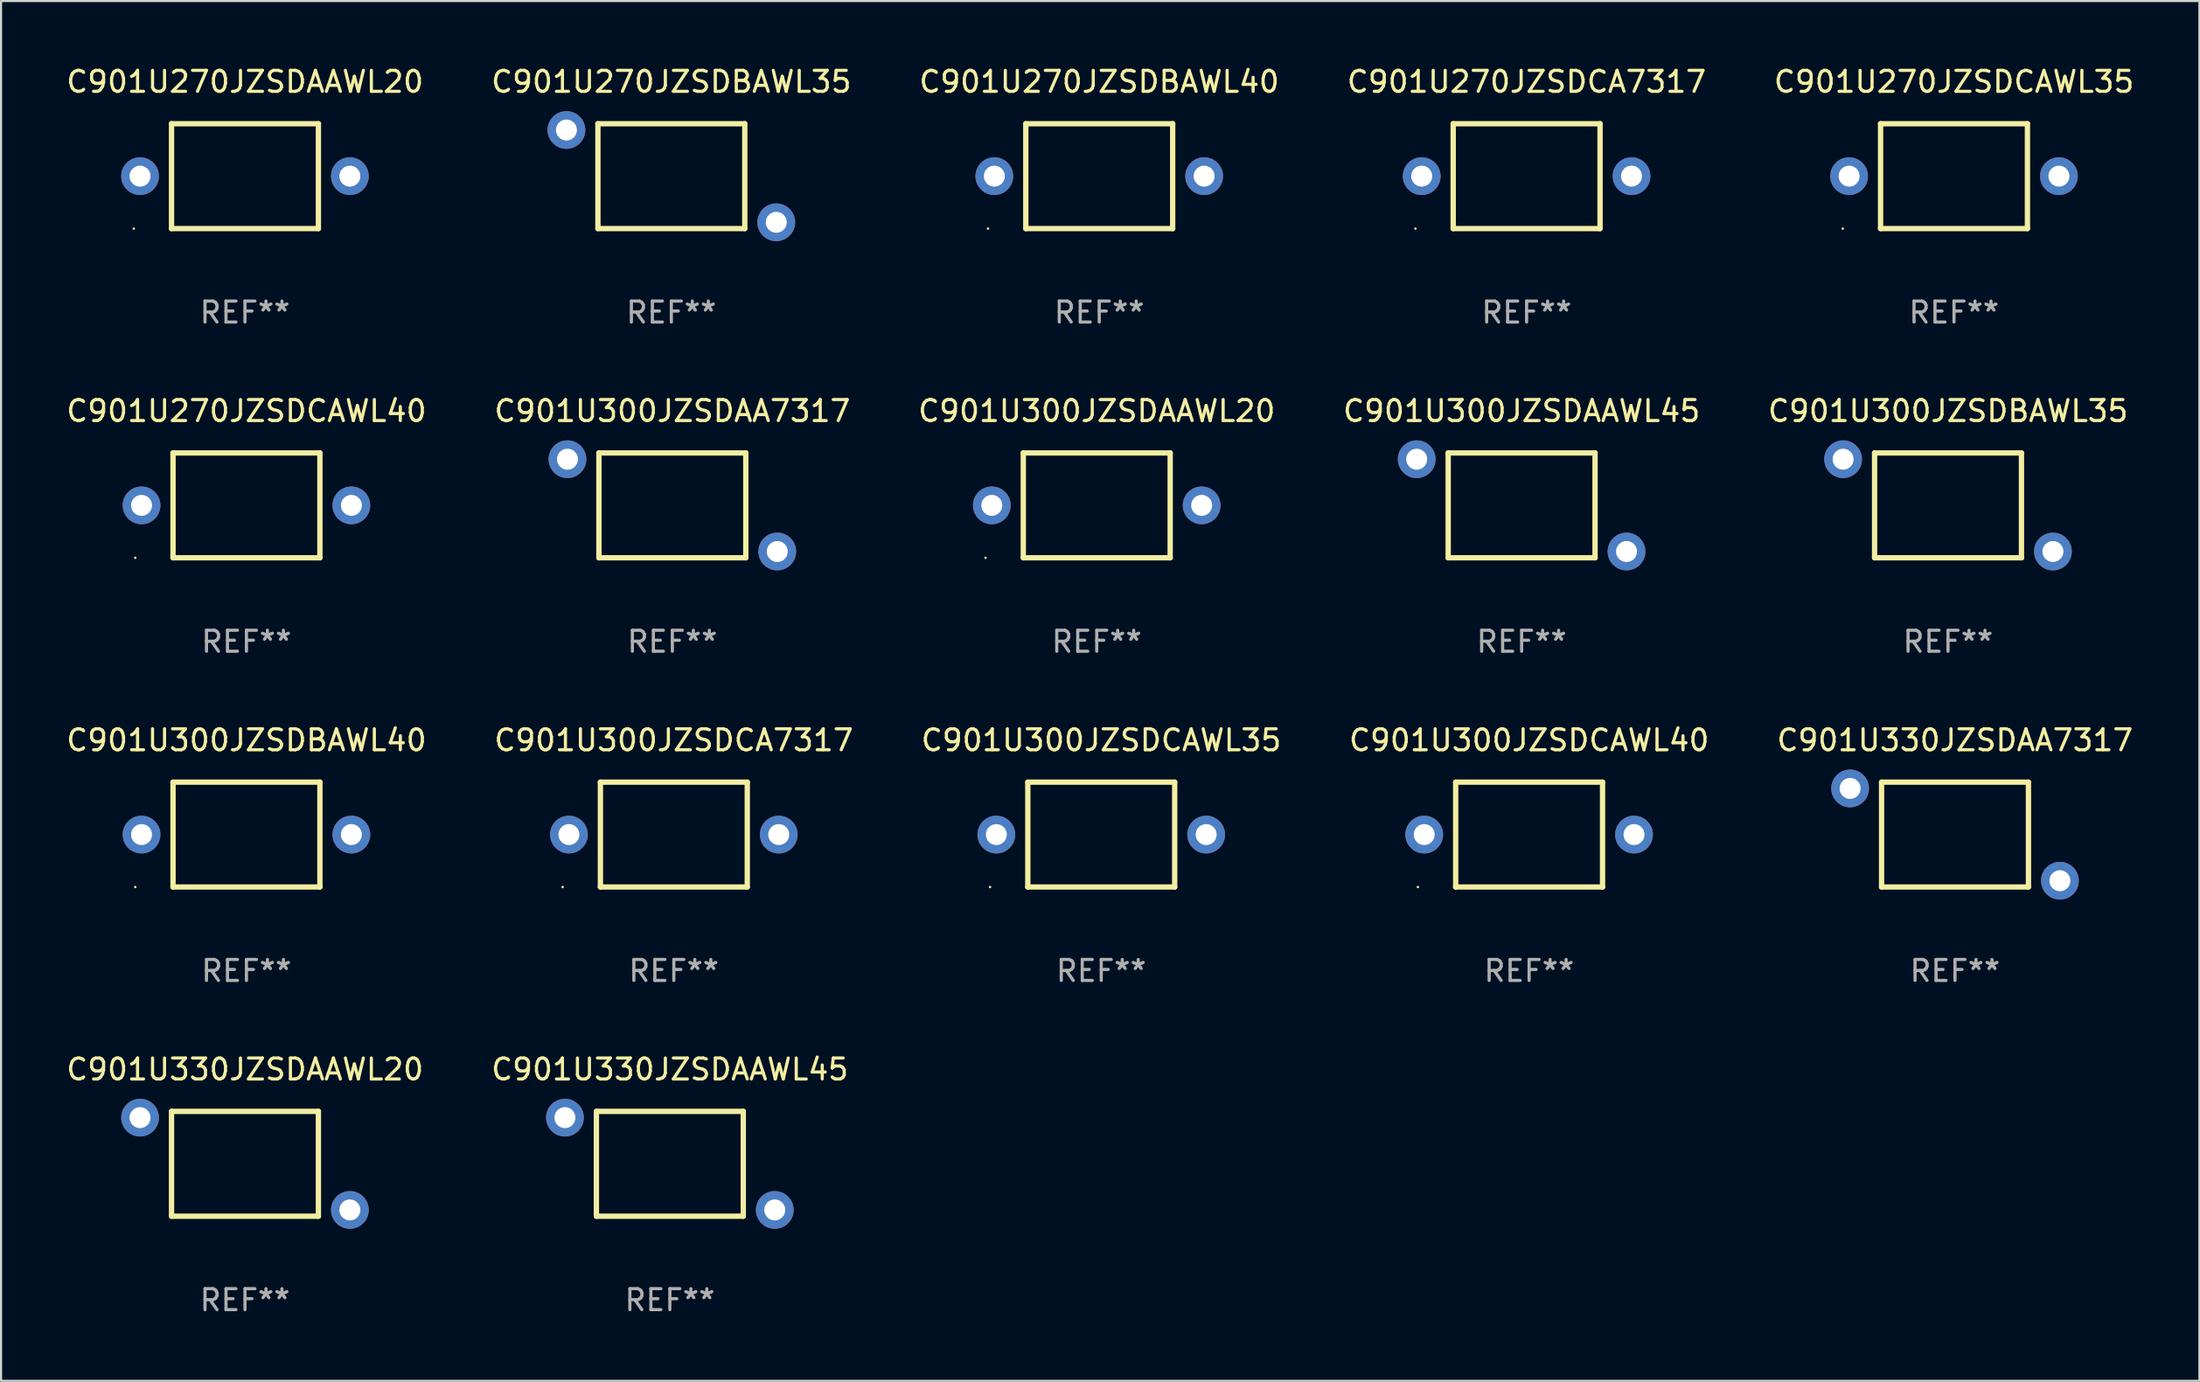
<source format=kicad_pcb>
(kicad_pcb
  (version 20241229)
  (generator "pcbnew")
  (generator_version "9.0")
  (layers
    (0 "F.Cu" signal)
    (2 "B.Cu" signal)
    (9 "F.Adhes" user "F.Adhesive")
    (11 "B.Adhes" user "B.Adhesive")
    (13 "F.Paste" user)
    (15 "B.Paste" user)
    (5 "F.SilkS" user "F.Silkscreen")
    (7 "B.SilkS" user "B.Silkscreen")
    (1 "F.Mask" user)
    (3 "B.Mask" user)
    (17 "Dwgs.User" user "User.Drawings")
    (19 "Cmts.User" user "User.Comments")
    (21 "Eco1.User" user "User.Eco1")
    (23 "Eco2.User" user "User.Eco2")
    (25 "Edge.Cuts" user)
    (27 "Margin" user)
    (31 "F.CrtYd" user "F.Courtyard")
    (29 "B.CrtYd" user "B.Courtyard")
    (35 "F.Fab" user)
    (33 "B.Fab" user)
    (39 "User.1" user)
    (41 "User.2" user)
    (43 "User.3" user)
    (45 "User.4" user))
  (footprint "C901U300JZSDAA7317"
    (layer "F.Cu")
    (at 28.994 21.043)
    (property "Reference" "C901U300JZSDAA7317" (at 0 -4.499 0) (layer "F.SilkS") (effects (font (size 1 1) (thickness 0.15))))
    (attr through_hole)
    (fp_line (start -3.5 -2.499) (end -3.5 2.499) (stroke (width 0.254) (type solid)) (layer "F.SilkS"))
    (fp_line (start -3.5 2.499) (end 3.5 2.499) (stroke (width 0.254) (type solid)) (layer "F.SilkS"))
    (fp_line (start 3.5 -2.499) (end -3.5 -2.499) (stroke (width 0.254) (type solid)) (layer "F.SilkS"))
    (fp_line (start 3.5 2.499) (end 3.5 -2.499) (stroke (width 0.254) (type solid)) (layer "F.SilkS"))
    (fp_circle (center -5.3 -2.502) (end -5.27 -2.502) (stroke (width 0.06) (type solid)) (fill no) (layer "F.SilkS"))
    (fp_text user "REF**" (at 0 6.499 0) (layer "F.Fab") (effects (font (size 1 1) (thickness 0.15))))
    (pad "1" thru_hole circle (at -5 -2.2) (size 1.8 1.8) (drill 1) (layers "*.Cu" "*.Mask"))
    (pad "2" thru_hole circle (at 5 2.2) (size 1.8 1.8) (drill 1) (layers "*.Cu" "*.Mask")))
  (footprint "C901U270JZSDAAWL20"
    (layer "F.Cu")
    (at 8.625 5.348)
    (property "Reference" "C901U270JZSDAAWL20" (at 0 -4.499 0) (layer "F.SilkS") (effects (font (size 1 1) (thickness 0.15))))
    (attr through_hole)
    (fp_line (start -3.5 -2.499) (end 3.5 -2.499) (stroke (width 0.254) (type solid)) (layer "F.SilkS"))
    (fp_line (start -3.5 2.499) (end -3.5 -2.499) (stroke (width 0.254) (type solid)) (layer "F.SilkS"))
    (fp_line (start 3.5 -2.499) (end 3.5 2.499) (stroke (width 0.254) (type solid)) (layer "F.SilkS"))
    (fp_line (start 3.5 2.499) (end -3.5 2.499) (stroke (width 0.254) (type solid)) (layer "F.SilkS"))
    (fp_circle (center -5.3 2.5) (end -5.27 2.5) (stroke (width 0.06) (type solid)) (fill no) (layer "F.SilkS"))
    (fp_text user "REF**" (at 0 6.499 0) (layer "F.Fab") (effects (font (size 1 1) (thickness 0.15))))
    (pad "1" thru_hole circle (at -5 0) (size 1.8 1.8) (drill 1) (layers "*.Cu" "*.Mask"))
    (pad "2" thru_hole circle (at 5 0) (size 1.8 1.8) (drill 1) (layers "*.Cu" "*.Mask")))
  (footprint "C901U270JZSDBAWL35"
    (layer "F.Cu")
    (at 28.946 5.348)
    (property "Reference" "C901U270JZSDBAWL35" (at 0 -4.499 0) (layer "F.SilkS") (effects (font (size 1 1) (thickness 0.15))))
    (attr through_hole)
    (fp_line (start -3.5 -2.499) (end -3.5 2.499) (stroke (width 0.254) (type solid)) (layer "F.SilkS"))
    (fp_line (start -3.5 2.499) (end 3.5 2.499) (stroke (width 0.254) (type solid)) (layer "F.SilkS"))
    (fp_line (start 3.5 -2.499) (end -3.5 -2.499) (stroke (width 0.254) (type solid)) (layer "F.SilkS"))
    (fp_line (start 3.5 2.499) (end 3.5 -2.499) (stroke (width 0.254) (type solid)) (layer "F.SilkS"))
    (fp_circle (center -5.3 -2.502) (end -5.27 -2.502) (stroke (width 0.06) (type solid)) (fill no) (layer "F.SilkS"))
    (fp_text user "REF**" (at 0 6.499 0) (layer "F.Fab") (effects (font (size 1 1) (thickness 0.15))))
    (pad "1" thru_hole circle (at -5 -2.2) (size 1.8 1.8) (drill 1) (layers "*.Cu" "*.Mask"))
    (pad "2" thru_hole circle (at 5 2.2) (size 1.8 1.8) (drill 1) (layers "*.Cu" "*.Mask")))
  (footprint "C901U270JZSDCAWL35"
    (layer "F.Cu")
    (at 90.077 5.348)
    (property "Reference" "C901U270JZSDCAWL35" (at 0 -4.499 0) (layer "F.SilkS") (effects (font (size 1 1) (thickness 0.15))))
    (attr through_hole)
    (fp_line (start -3.5 -2.499) (end 3.5 -2.499) (stroke (width 0.254) (type solid)) (layer "F.SilkS"))
    (fp_line (start -3.5 2.499) (end -3.5 -2.499) (stroke (width 0.254) (type solid)) (layer "F.SilkS"))
    (fp_line (start 3.5 -2.499) (end 3.5 2.499) (stroke (width 0.254) (type solid)) (layer "F.SilkS"))
    (fp_line (start 3.5 2.499) (end -3.5 2.499) (stroke (width 0.254) (type solid)) (layer "F.SilkS"))
    (fp_circle (center -5.3 2.5) (end -5.27 2.5) (stroke (width 0.06) (type solid)) (fill no) (layer "F.SilkS"))
    (fp_text user "REF**" (at 0 6.499 0) (layer "F.Fab") (effects (font (size 1 1) (thickness 0.15))))
    (pad "1" thru_hole circle (at -5 0) (size 1.8 1.8) (drill 1) (layers "*.Cu" "*.Mask"))
    (pad "2" thru_hole circle (at 5 0) (size 1.8 1.8) (drill 1) (layers "*.Cu" "*.Mask")))
  (footprint "C901U330JZSDAAWL45"
    (layer "F.Cu")
    (at 28.875 52.433)
    (property "Reference" "C901U330JZSDAAWL45" (at 0 -4.499 0) (layer "F.SilkS") (effects (font (size 1 1) (thickness 0.15))))
    (attr through_hole)
    (fp_line (start -3.5 -2.499) (end -3.5 2.499) (stroke (width 0.254) (type solid)) (layer "F.SilkS"))
    (fp_line (start -3.5 2.499) (end 3.5 2.499) (stroke (width 0.254) (type solid)) (layer "F.SilkS"))
    (fp_line (start 3.5 -2.499) (end -3.5 -2.499) (stroke (width 0.254) (type solid)) (layer "F.SilkS"))
    (fp_line (start 3.5 2.499) (end 3.5 -2.499) (stroke (width 0.254) (type solid)) (layer "F.SilkS"))
    (fp_circle (center -5.3 -2.502) (end -5.27 -2.502) (stroke (width 0.06) (type solid)) (fill no) (layer "F.SilkS"))
    (fp_text user "REF**" (at 0 6.499 0) (layer "F.Fab") (effects (font (size 1 1) (thickness 0.15))))
    (pad "1" thru_hole circle (at -5 -2.2) (size 1.8 1.8) (drill 1) (layers "*.Cu" "*.Mask"))
    (pad "2" thru_hole circle (at 5 2.2) (size 1.8 1.8) (drill 1) (layers "*.Cu" "*.Mask")))
  (footprint "C901U300JZSDCAWL40"
    (layer "F.Cu")
    (at 69.827 36.738)
    (property "Reference" "C901U300JZSDCAWL40" (at 0 -4.499 0) (layer "F.SilkS") (effects (font (size 1 1) (thickness 0.15))))
    (attr through_hole)
    (fp_line (start -3.5 -2.499) (end 3.5 -2.499) (stroke (width 0.254) (type solid)) (layer "F.SilkS"))
    (fp_line (start -3.5 2.499) (end -3.5 -2.499) (stroke (width 0.254) (type solid)) (layer "F.SilkS"))
    (fp_line (start 3.5 -2.499) (end 3.5 2.499) (stroke (width 0.254) (type solid)) (layer "F.SilkS"))
    (fp_line (start 3.5 2.499) (end -3.5 2.499) (stroke (width 0.254) (type solid)) (layer "F.SilkS"))
    (fp_circle (center -5.3 2.5) (end -5.27 2.5) (stroke (width 0.06) (type solid)) (fill no) (layer "F.SilkS"))
    (fp_text user "REF**" (at 0 6.499 0) (layer "F.Fab") (effects (font (size 1 1) (thickness 0.15))))
    (pad "1" thru_hole circle (at -5 0) (size 1.8 1.8) (drill 1) (layers "*.Cu" "*.Mask"))
    (pad "2" thru_hole circle (at 5 0) (size 1.8 1.8) (drill 1) (layers "*.Cu" "*.Mask")))
  (footprint "C901U270JZSDBAWL40"
    (layer "F.Cu")
    (at 49.339 5.348)
    (property "Reference" "C901U270JZSDBAWL40" (at 0 -4.499 0) (layer "F.SilkS") (effects (font (size 1 1) (thickness 0.15))))
    (attr through_hole)
    (fp_line (start -3.5 -2.499) (end 3.5 -2.499) (stroke (width 0.254) (type solid)) (layer "F.SilkS"))
    (fp_line (start -3.5 2.499) (end -3.5 -2.499) (stroke (width 0.254) (type solid)) (layer "F.SilkS"))
    (fp_line (start 3.5 -2.499) (end 3.5 2.499) (stroke (width 0.254) (type solid)) (layer "F.SilkS"))
    (fp_line (start 3.5 2.499) (end -3.5 2.499) (stroke (width 0.254) (type solid)) (layer "F.SilkS"))
    (fp_circle (center -5.3 2.5) (end -5.27 2.5) (stroke (width 0.06) (type solid)) (fill no) (layer "F.SilkS"))
    (fp_text user "REF**" (at 0 6.499 0) (layer "F.Fab") (effects (font (size 1 1) (thickness 0.15))))
    (pad "1" thru_hole circle (at -5 0) (size 1.8 1.8) (drill 1) (layers "*.Cu" "*.Mask"))
    (pad "2" thru_hole circle (at 5 0) (size 1.8 1.8) (drill 1) (layers "*.Cu" "*.Mask")))
  (footprint "C901U300JZSDAAWL20"
    (layer "F.Cu")
    (at 49.22 21.043)
    (property "Reference" "C901U300JZSDAAWL20" (at 0 -4.499 0) (layer "F.SilkS") (effects (font (size 1 1) (thickness 0.15))))
    (attr through_hole)
    (fp_line (start -3.5 -2.499) (end 3.5 -2.499) (stroke (width 0.254) (type solid)) (layer "F.SilkS"))
    (fp_line (start -3.5 2.499) (end -3.5 -2.499) (stroke (width 0.254) (type solid)) (layer "F.SilkS"))
    (fp_line (start 3.5 -2.499) (end 3.5 2.499) (stroke (width 0.254) (type solid)) (layer "F.SilkS"))
    (fp_line (start 3.5 2.499) (end -3.5 2.499) (stroke (width 0.254) (type solid)) (layer "F.SilkS"))
    (fp_circle (center -5.3 2.5) (end -5.27 2.5) (stroke (width 0.06) (type solid)) (fill no) (layer "F.SilkS"))
    (fp_text user "REF**" (at 0 6.499 0) (layer "F.Fab") (effects (font (size 1 1) (thickness 0.15))))
    (pad "1" thru_hole circle (at -5 0) (size 1.8 1.8) (drill 1) (layers "*.Cu" "*.Mask"))
    (pad "2" thru_hole circle (at 5 0) (size 1.8 1.8) (drill 1) (layers "*.Cu" "*.Mask")))
  (footprint "C901U270JZSDCAWL40"
    (layer "F.Cu")
    (at 8.696 21.043)
    (property "Reference" "C901U270JZSDCAWL40" (at 0 -4.499 0) (layer "F.SilkS") (effects (font (size 1 1) (thickness 0.15))))
    (attr through_hole)
    (fp_line (start -3.5 -2.499) (end 3.5 -2.499) (stroke (width 0.254) (type solid)) (layer "F.SilkS"))
    (fp_line (start -3.5 2.499) (end -3.5 -2.499) (stroke (width 0.254) (type solid)) (layer "F.SilkS"))
    (fp_line (start 3.5 -2.499) (end 3.5 2.499) (stroke (width 0.254) (type solid)) (layer "F.SilkS"))
    (fp_line (start 3.5 2.499) (end -3.5 2.499) (stroke (width 0.254) (type solid)) (layer "F.SilkS"))
    (fp_circle (center -5.3 2.5) (end -5.27 2.5) (stroke (width 0.06) (type solid)) (fill no) (layer "F.SilkS"))
    (fp_text user "REF**" (at 0 6.499 0) (layer "F.Fab") (effects (font (size 1 1) (thickness 0.15))))
    (pad "1" thru_hole circle (at -5 0) (size 1.8 1.8) (drill 1) (layers "*.Cu" "*.Mask"))
    (pad "2" thru_hole circle (at 5 0) (size 1.8 1.8) (drill 1) (layers "*.Cu" "*.Mask")))
  (footprint "C901U300JZSDCA7317"
    (layer "F.Cu")
    (at 29.065 36.738)
    (property "Reference" "C901U300JZSDCA7317" (at 0 -4.499 0) (layer "F.SilkS") (effects (font (size 1 1) (thickness 0.15))))
    (attr through_hole)
    (fp_line (start -3.5 -2.499) (end 3.5 -2.499) (stroke (width 0.254) (type solid)) (layer "F.SilkS"))
    (fp_line (start -3.5 2.499) (end -3.5 -2.499) (stroke (width 0.254) (type solid)) (layer "F.SilkS"))
    (fp_line (start 3.5 -2.499) (end 3.5 2.499) (stroke (width 0.254) (type solid)) (layer "F.SilkS"))
    (fp_line (start 3.5 2.499) (end -3.5 2.499) (stroke (width 0.254) (type solid)) (layer "F.SilkS"))
    (fp_circle (center -5.3 2.5) (end -5.27 2.5) (stroke (width 0.06) (type solid)) (fill no) (layer "F.SilkS"))
    (fp_text user "REF**" (at 0 6.499 0) (layer "F.Fab") (effects (font (size 1 1) (thickness 0.15))))
    (pad "1" thru_hole circle (at -5 0) (size 1.8 1.8) (drill 1) (layers "*.Cu" "*.Mask"))
    (pad "2" thru_hole circle (at 5 0) (size 1.8 1.8) (drill 1) (layers "*.Cu" "*.Mask")))
  (footprint "C901U300JZSDCAWL35"
    (layer "F.Cu")
    (at 49.435 36.738)
    (property "Reference" "C901U300JZSDCAWL35" (at 0 -4.499 0) (layer "F.SilkS") (effects (font (size 1 1) (thickness 0.15))))
    (attr through_hole)
    (fp_line (start -3.5 -2.499) (end 3.5 -2.499) (stroke (width 0.254) (type solid)) (layer "F.SilkS"))
    (fp_line (start -3.5 2.499) (end -3.5 -2.499) (stroke (width 0.254) (type solid)) (layer "F.SilkS"))
    (fp_line (start 3.5 -2.499) (end 3.5 2.499) (stroke (width 0.254) (type solid)) (layer "F.SilkS"))
    (fp_line (start 3.5 2.499) (end -3.5 2.499) (stroke (width 0.254) (type solid)) (layer "F.SilkS"))
    (fp_circle (center -5.3 2.5) (end -5.27 2.5) (stroke (width 0.06) (type solid)) (fill no) (layer "F.SilkS"))
    (fp_text user "REF**" (at 0 6.499 0) (layer "F.Fab") (effects (font (size 1 1) (thickness 0.15))))
    (pad "1" thru_hole circle (at -5 0) (size 1.8 1.8) (drill 1) (layers "*.Cu" "*.Mask"))
    (pad "2" thru_hole circle (at 5 0) (size 1.8 1.8) (drill 1) (layers "*.Cu" "*.Mask")))
  (footprint "C901U270JZSDCA7317"
    (layer "F.Cu")
    (at 69.708 5.348)
    (property "Reference" "C901U270JZSDCA7317" (at 0 -4.499 0) (layer "F.SilkS") (effects (font (size 1 1) (thickness 0.15))))
    (attr through_hole)
    (fp_line (start -3.5 -2.499) (end 3.5 -2.499) (stroke (width 0.254) (type solid)) (layer "F.SilkS"))
    (fp_line (start -3.5 2.499) (end -3.5 -2.499) (stroke (width 0.254) (type solid)) (layer "F.SilkS"))
    (fp_line (start 3.5 -2.499) (end 3.5 2.499) (stroke (width 0.254) (type solid)) (layer "F.SilkS"))
    (fp_line (start 3.5 2.499) (end -3.5 2.499) (stroke (width 0.254) (type solid)) (layer "F.SilkS"))
    (fp_circle (center -5.3 2.5) (end -5.27 2.5) (stroke (width 0.06) (type solid)) (fill no) (layer "F.SilkS"))
    (fp_text user "REF**" (at 0 6.499 0) (layer "F.Fab") (effects (font (size 1 1) (thickness 0.15))))
    (pad "1" thru_hole circle (at -5 0) (size 1.8 1.8) (drill 1) (layers "*.Cu" "*.Mask"))
    (pad "2" thru_hole circle (at 5 0) (size 1.8 1.8) (drill 1) (layers "*.Cu" "*.Mask")))
  (footprint "C901U330JZSDAA7317"
    (layer "F.Cu")
    (at 90.125 36.738)
    (property "Reference" "C901U330JZSDAA7317" (at 0 -4.499 0) (layer "F.SilkS") (effects (font (size 1 1) (thickness 0.15))))
    (attr through_hole)
    (fp_line (start -3.5 -2.499) (end -3.5 2.499) (stroke (width 0.254) (type solid)) (layer "F.SilkS"))
    (fp_line (start -3.5 2.499) (end 3.5 2.499) (stroke (width 0.254) (type solid)) (layer "F.SilkS"))
    (fp_line (start 3.5 -2.499) (end -3.5 -2.499) (stroke (width 0.254) (type solid)) (layer "F.SilkS"))
    (fp_line (start 3.5 2.499) (end 3.5 -2.499) (stroke (width 0.254) (type solid)) (layer "F.SilkS"))
    (fp_circle (center -5.3 -2.502) (end -5.27 -2.502) (stroke (width 0.06) (type solid)) (fill no) (layer "F.SilkS"))
    (fp_text user "REF**" (at 0 6.499 0) (layer "F.Fab") (effects (font (size 1 1) (thickness 0.15))))
    (pad "1" thru_hole circle (at -5 -2.2) (size 1.8 1.8) (drill 1) (layers "*.Cu" "*.Mask"))
    (pad "2" thru_hole circle (at 5 2.2) (size 1.8 1.8) (drill 1) (layers "*.Cu" "*.Mask")))
  (footprint "C901U300JZSDAAWL45"
    (layer "F.Cu")
    (at 69.47 21.043)
    (property "Reference" "C901U300JZSDAAWL45" (at 0 -4.499 0) (layer "F.SilkS") (effects (font (size 1 1) (thickness 0.15))))
    (attr through_hole)
    (fp_line (start -3.5 -2.499) (end -3.5 2.499) (stroke (width 0.254) (type solid)) (layer "F.SilkS"))
    (fp_line (start -3.5 2.499) (end 3.5 2.499) (stroke (width 0.254) (type solid)) (layer "F.SilkS"))
    (fp_line (start 3.5 -2.499) (end -3.5 -2.499) (stroke (width 0.254) (type solid)) (layer "F.SilkS"))
    (fp_line (start 3.5 2.499) (end 3.5 -2.499) (stroke (width 0.254) (type solid)) (layer "F.SilkS"))
    (fp_circle (center -5.3 -2.502) (end -5.27 -2.502) (stroke (width 0.06) (type solid)) (fill no) (layer "F.SilkS"))
    (fp_text user "REF**" (at 0 6.499 0) (layer "F.Fab") (effects (font (size 1 1) (thickness 0.15))))
    (pad "1" thru_hole circle (at -5 -2.2) (size 1.8 1.8) (drill 1) (layers "*.Cu" "*.Mask"))
    (pad "2" thru_hole circle (at 5 2.2) (size 1.8 1.8) (drill 1) (layers "*.Cu" "*.Mask")))
  (footprint "C901U300JZSDBAWL40"
    (layer "F.Cu")
    (at 8.696 36.738)
    (property "Reference" "C901U300JZSDBAWL40" (at 0 -4.499 0) (layer "F.SilkS") (effects (font (size 1 1) (thickness 0.15))))
    (attr through_hole)
    (fp_line (start -3.5 -2.499) (end 3.5 -2.499) (stroke (width 0.254) (type solid)) (layer "F.SilkS"))
    (fp_line (start -3.5 2.499) (end -3.5 -2.499) (stroke (width 0.254) (type solid)) (layer "F.SilkS"))
    (fp_line (start 3.5 -2.499) (end 3.5 2.499) (stroke (width 0.254) (type solid)) (layer "F.SilkS"))
    (fp_line (start 3.5 2.499) (end -3.5 2.499) (stroke (width 0.254) (type solid)) (layer "F.SilkS"))
    (fp_circle (center -5.3 2.5) (end -5.27 2.5) (stroke (width 0.06) (type solid)) (fill no) (layer "F.SilkS"))
    (fp_text user "REF**" (at 0 6.499 0) (layer "F.Fab") (effects (font (size 1 1) (thickness 0.15))))
    (pad "1" thru_hole circle (at -5 0) (size 1.8 1.8) (drill 1) (layers "*.Cu" "*.Mask"))
    (pad "2" thru_hole circle (at 5 0) (size 1.8 1.8) (drill 1) (layers "*.Cu" "*.Mask")))
  (footprint "C901U300JZSDBAWL35"
    (layer "F.Cu")
    (at 89.792 21.043)
    (property "Reference" "C901U300JZSDBAWL35" (at 0 -4.499 0) (layer "F.SilkS") (effects (font (size 1 1) (thickness 0.15))))
    (attr through_hole)
    (fp_line (start -3.5 -2.499) (end -3.5 2.499) (stroke (width 0.254) (type solid)) (layer "F.SilkS"))
    (fp_line (start -3.5 2.499) (end 3.5 2.499) (stroke (width 0.254) (type solid)) (layer "F.SilkS"))
    (fp_line (start 3.5 -2.499) (end -3.5 -2.499) (stroke (width 0.254) (type solid)) (layer "F.SilkS"))
    (fp_line (start 3.5 2.499) (end 3.5 -2.499) (stroke (width 0.254) (type solid)) (layer "F.SilkS"))
    (fp_circle (center -5.3 -2.502) (end -5.27 -2.502) (stroke (width 0.06) (type solid)) (fill no) (layer "F.SilkS"))
    (fp_text user "REF**" (at 0 6.499 0) (layer "F.Fab") (effects (font (size 1 1) (thickness 0.15))))
    (pad "1" thru_hole circle (at -5 -2.2) (size 1.8 1.8) (drill 1) (layers "*.Cu" "*.Mask"))
    (pad "2" thru_hole circle (at 5 2.2) (size 1.8 1.8) (drill 1) (layers "*.Cu" "*.Mask")))
  (footprint "C901U330JZSDAAWL20"
    (layer "F.Cu")
    (at 8.625 52.433)
    (property "Reference" "C901U330JZSDAAWL20" (at 0 -4.499 0) (layer "F.SilkS") (effects (font (size 1 1) (thickness 0.15))))
    (attr through_hole)
    (fp_line (start -3.5 -2.499) (end -3.5 2.499) (stroke (width 0.254) (type solid)) (layer "F.SilkS"))
    (fp_line (start -3.5 2.499) (end 3.5 2.499) (stroke (width 0.254) (type solid)) (layer "F.SilkS"))
    (fp_line (start 3.5 -2.499) (end -3.5 -2.499) (stroke (width 0.254) (type solid)) (layer "F.SilkS"))
    (fp_line (start 3.5 2.499) (end 3.5 -2.499) (stroke (width 0.254) (type solid)) (layer "F.SilkS"))
    (fp_circle (center -5.3 -2.502) (end -5.27 -2.502) (stroke (width 0.06) (type solid)) (fill no) (layer "F.SilkS"))
    (fp_text user "REF**" (at 0 6.499 0) (layer "F.Fab") (effects (font (size 1 1) (thickness 0.15))))
    (pad "1" thru_hole circle (at -5 -2.2) (size 1.8 1.8) (drill 1) (layers "*.Cu" "*.Mask"))
    (pad "2" thru_hole circle (at 5 2.2) (size 1.8 1.8) (drill 1) (layers "*.Cu" "*.Mask")))
  (gr_rect
    (start -3 -3)
    (end 101.774 62.781)
    (stroke (width 0.1) (type default))
    (fill no)
    (layer "Edge.Cuts")))
</source>
